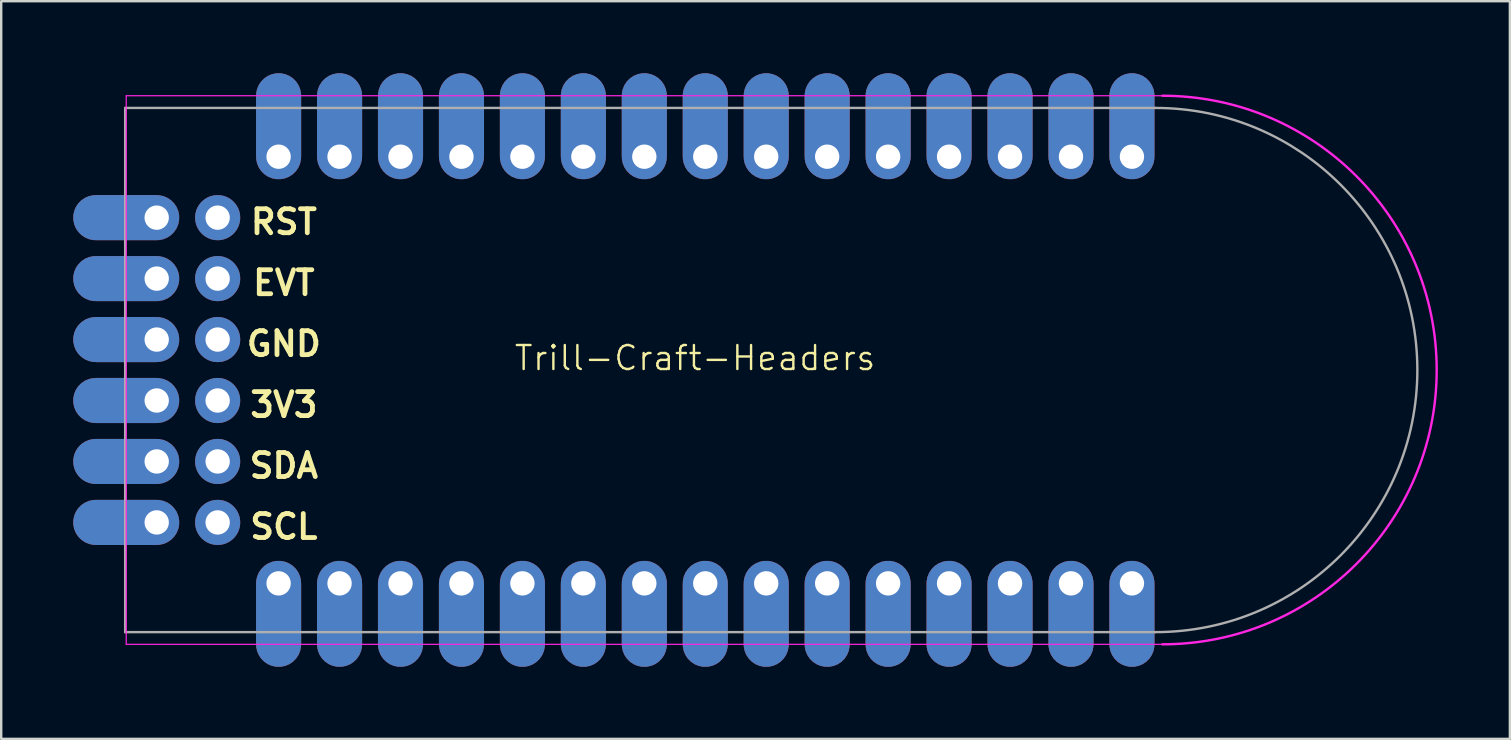
<source format=kicad_pcb>
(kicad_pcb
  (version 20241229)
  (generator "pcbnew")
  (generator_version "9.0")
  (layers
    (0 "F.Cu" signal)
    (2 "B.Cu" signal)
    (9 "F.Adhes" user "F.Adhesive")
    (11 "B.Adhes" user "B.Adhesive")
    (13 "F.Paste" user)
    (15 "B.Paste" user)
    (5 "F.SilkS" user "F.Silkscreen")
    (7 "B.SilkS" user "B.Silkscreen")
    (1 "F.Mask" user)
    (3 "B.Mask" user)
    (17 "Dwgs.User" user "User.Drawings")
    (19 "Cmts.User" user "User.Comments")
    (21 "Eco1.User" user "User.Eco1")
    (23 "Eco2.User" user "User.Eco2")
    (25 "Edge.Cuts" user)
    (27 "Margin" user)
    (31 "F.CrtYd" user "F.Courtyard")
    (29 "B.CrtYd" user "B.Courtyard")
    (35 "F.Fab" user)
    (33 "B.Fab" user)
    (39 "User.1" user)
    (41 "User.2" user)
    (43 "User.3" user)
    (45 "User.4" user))
  (footprint "Trill-Craft-Headers"
    (layer "F.Cu")
    (at 26.34 12.37)
    (property "Reference" "Trill-Craft-Headers" (at -0.425 -0.5 0) (unlocked yes) (layer "F.SilkS") (effects (font (size 1 1) (thickness 0.1))))
    (attr through_hole)
    (fp_line (start -24.13 -11.43) (end 19.05 -11.43) (stroke (width 0.05) (type default)) (layer "F.CrtYd"))
    (fp_line (start -24.13 11.43) (end -24.13 -11.43) (stroke (width 0.05) (type default)) (layer "F.CrtYd"))
    (fp_line (start 19.05 11.43) (end -24.13 11.43) (stroke (width 0.05) (type default)) (layer "F.CrtYd"))
    (fp_arc (start 19.05 -11.43) (mid 30.48 0) (end 19.05 11.43) (stroke (width 0.1) (type default)) (layer "F.CrtYd"))
    (fp_line (start -24.174 -10.922) (end 18.752 -10.922) (stroke (width 0.1) (type default)) (layer "F.Fab"))
    (fp_line (start -24.174 10.922) (end -24.174 -10.922) (stroke (width 0.1) (type default)) (layer "F.Fab"))
    (fp_line (start 18.752 10.922) (end -24.174 10.922) (stroke (width 0.1) (type default)) (layer "F.Fab"))
    (fp_arc (start 18.752 -10.922) (mid 29.674 0) (end 18.752 10.922) (stroke (width 0.1) (type default)) (layer "F.Fab"))
    (fp_text user "3V3" (at -19.074 2.032 0) (unlocked yes) (layer "F.SilkS") (effects (font (size 1 1) (thickness 0.2) (bold yes)) (justify left bottom)))
    (fp_text user "SCL" (at -19.074 7.112 0) (unlocked yes) (layer "F.SilkS") (effects (font (size 1 1) (thickness 0.2) (bold yes)) (justify left bottom)))
    (fp_text user "RST" (at -19.05 -5.588 0) (unlocked yes) (layer "F.SilkS") (effects (font (size 1 1) (thickness 0.2) (bold yes)) (justify left bottom)))
    (fp_text user "SDA" (at -19.098 4.572 0) (unlocked yes) (layer "F.SilkS") (effects (font (size 1 1) (thickness 0.2) (bold yes)) (justify left bottom)))
    (fp_text user "EVT" (at -18.955 -3.048 0) (unlocked yes) (layer "F.SilkS") (effects (font (size 1 1) (thickness 0.2) (bold yes)) (justify left bottom)))
    (fp_text user "GND" (at -19.217 -0.508 0) (unlocked yes) (layer "F.SilkS") (effects (font (size 1 1) (thickness 0.2) (bold yes)) (justify left bottom)))
    (pad "0" thru_hole custom (at -17.78 8.89 90) (size 1.88 1.88) (drill 1.016) (layers "*.Cu" "*.Mask") (options (anchor circle)) (primitives (gr_rect (start -2.54 -0.94) (end 0 0.94) (width 0) (fill yes)) (gr_circle (center -2.54 0) (end -1.6 0) (width 0) (fill yes))))
    (pad "1" thru_hole custom (at -15.24 8.89 90) (size 1.88 1.88) (drill 1.016) (layers "*.Cu" "*.Mask") (options (anchor circle)) (primitives (gr_rect (start -2.54 -0.94) (end 0 0.94) (width 0) (fill yes)) (gr_circle (center -2.54 0) (end -1.6 0) (width 0) (fill yes))))
    (pad "2" thru_hole custom (at -12.7 8.89 90) (size 1.88 1.88) (drill 1.016) (layers "*.Cu" "*.Mask") (options (anchor circle)) (primitives (gr_rect (start -2.54 -0.94) (end 0 0.94) (width 0) (fill yes)) (gr_circle (center -2.54 0) (end -1.6 0) (width 0) (fill yes))))
    (pad "3" thru_hole custom (at -10.16 8.89 90) (size 1.88 1.88) (drill 1.016) (layers "*.Cu" "*.Mask") (options (anchor circle)) (primitives (gr_rect (start -2.54 -0.94) (end 0 0.94) (width 0) (fill yes)) (gr_circle (center -2.54 0) (end -1.6 0) (width 0) (fill yes))))
    (pad "4" thru_hole custom (at -7.62 8.89 90) (size 1.88 1.88) (drill 1.016) (layers "*.Cu" "*.Mask") (options (anchor circle)) (primitives (gr_rect (start -2.54 -0.94) (end 0 0.94) (width 0) (fill yes)) (gr_circle (center -2.54 0) (end -1.6 0) (width 0) (fill yes))))
    (pad "5" thru_hole custom (at -5.08 8.89 90) (size 1.88 1.88) (drill 1.016) (layers "*.Cu" "*.Mask") (options (anchor circle)) (primitives (gr_rect (start -2.54 -0.94) (end 0 0.94) (width 0) (fill yes)) (gr_circle (center -2.54 0) (end -1.6 0) (width 0) (fill yes))))
    (pad "6" thru_hole custom (at -2.54 8.89 90) (size 1.88 1.88) (drill 1.016) (layers "*.Cu" "*.Mask") (options (anchor circle)) (primitives (gr_rect (start -2.54 -0.94) (end 0 0.94) (width 0) (fill yes)) (gr_circle (center -2.54 0) (end -1.6 0) (width 0) (fill yes))))
    (pad "7" thru_hole custom (at 0 8.89 90) (size 1.88 1.88) (drill 1.016) (layers "*.Cu" "*.Mask") (options (anchor circle)) (primitives (gr_rect (start -2.54 -0.94) (end 0 0.94) (width 0) (fill yes)) (gr_circle (center -2.54 0) (end -1.6 0) (width 0) (fill yes))))
    (pad "8" thru_hole custom (at 2.54 8.89 90) (size 1.88 1.88) (drill 1.016) (layers "*.Cu" "*.Mask") (options (anchor circle)) (primitives (gr_rect (start -2.54 -0.94) (end 0 0.94) (width 0) (fill yes)) (gr_circle (center -2.54 0) (end -1.6 0) (width 0) (fill yes))))
    (pad "9" thru_hole custom (at 5.08 8.89 90) (size 1.88 1.88) (drill 1.016) (layers "*.Cu" "*.Mask") (options (anchor circle)) (primitives (gr_rect (start -2.54 -0.94) (end 0 0.94) (width 0) (fill yes)) (gr_circle (center -2.54 0) (end -1.6 0) (width 0) (fill yes))))
    (pad "10" thru_hole custom (at 7.62 8.89 90) (size 1.88 1.88) (drill 1.016) (layers "*.Cu" "*.Mask") (options (anchor circle)) (primitives (gr_rect (start -2.54 -0.94) (end 0 0.94) (width 0) (fill yes)) (gr_circle (center -2.54 0) (end -1.6 0) (width 0) (fill yes))))
    (pad "11" thru_hole custom (at 10.16 8.89 90) (size 1.88 1.88) (drill 1.016) (layers "*.Cu" "*.Mask") (options (anchor circle)) (primitives (gr_rect (start -2.54 -0.94) (end 0 0.94) (width 0) (fill yes)) (gr_circle (center -2.54 0) (end -1.6 0) (width 0) (fill yes))))
    (pad "12" thru_hole custom (at 12.7 8.89 90) (size 1.88 1.88) (drill 1.016) (layers "*.Cu" "*.Mask") (options (anchor circle)) (primitives (gr_rect (start -2.54 -0.94) (end 0 0.94) (width 0) (fill yes)) (gr_circle (center -2.54 0) (end -1.6 0) (width 0) (fill yes))))
    (pad "13" thru_hole custom (at 15.24 8.89 90) (size 1.88 1.88) (drill 1.016) (layers "*.Cu" "*.Mask") (options (anchor circle)) (primitives (gr_rect (start -2.54 -0.94) (end 0 0.94) (width 0) (fill yes)) (gr_circle (center -2.54 0) (end -1.6 0) (width 0) (fill yes))))
    (pad "14" thru_hole custom (at 17.78 8.89 90) (size 1.88 1.88) (drill 1.016) (layers "*.Cu" "*.Mask") (options (anchor circle)) (primitives (gr_rect (start -2.54 -0.94) (end 0 0.94) (width 0) (fill yes)) (gr_circle (center -2.54 0) (end -1.6 0) (width 0) (fill yes))))
    (pad "15" thru_hole custom (at 17.78 -8.89 270) (size 1.88 1.88) (drill 1.016) (layers "*.Cu" "*.Mask") (options (anchor circle)) (primitives (gr_rect (start -2.54 -0.94) (end 0 0.94) (width 0) (fill yes)) (gr_circle (center -2.54 0) (end -1.6 0) (width 0) (fill yes))))
    (pad "16" thru_hole custom (at 15.24 -8.89 270) (size 1.88 1.88) (drill 1.016) (layers "*.Cu" "*.Mask") (options (anchor circle)) (primitives (gr_rect (start -2.54 -0.94) (end 0 0.94) (width 0) (fill yes)) (gr_circle (center -2.54 0) (end -1.6 0) (width 0) (fill yes))))
    (pad "17" thru_hole custom (at 12.7 -8.89 270) (size 1.88 1.88) (drill 1.016) (layers "*.Cu" "*.Mask") (options (anchor circle)) (primitives (gr_rect (start -2.54 -0.94) (end 0 0.94) (width 0) (fill yes)) (gr_circle (center -2.54 0) (end -1.6 0) (width 0) (fill yes))))
    (pad "18" thru_hole custom (at 10.16 -8.89 270) (size 1.88 1.88) (drill 1.016) (layers "*.Cu" "*.Mask") (options (anchor circle)) (primitives (gr_rect (start -2.54 -0.94) (end 0 0.94) (width 0) (fill yes)) (gr_circle (center -2.54 0) (end -1.6 0) (width 0) (fill yes))))
    (pad "19" thru_hole custom (at 7.62 -8.89 270) (size 1.88 1.88) (drill 1.016) (layers "*.Cu" "*.Mask") (options (anchor circle)) (primitives (gr_rect (start -2.54 -0.94) (end 0 0.94) (width 0) (fill yes)) (gr_circle (center -2.54 0) (end -1.6 0) (width 0) (fill yes))))
    (pad "20" thru_hole custom (at 5.08 -8.89 270) (size 1.88 1.88) (drill 1.016) (layers "*.Cu" "*.Mask") (options (anchor circle)) (primitives (gr_rect (start -2.54 -0.94) (end 0 0.94) (width 0) (fill yes)) (gr_circle (center -2.54 0) (end -1.6 0) (width 0) (fill yes))))
    (pad "21" thru_hole custom (at 2.54 -8.89 270) (size 1.88 1.88) (drill 1.016) (layers "*.Cu" "*.Mask") (options (anchor circle)) (primitives (gr_rect (start -2.54 -0.94) (end 0 0.94) (width 0) (fill yes)) (gr_circle (center -2.54 0) (end -1.6 0) (width 0) (fill yes))))
    (pad "22" thru_hole custom (at 0 -8.89 270) (size 1.88 1.88) (drill 1.016) (layers "*.Cu" "*.Mask") (options (anchor circle)) (primitives (gr_rect (start -2.54 -0.94) (end 0 0.94) (width 0) (fill yes)) (gr_circle (center -2.54 0) (end -1.6 0) (width 0) (fill yes))))
    (pad "23" thru_hole custom (at -2.54 -8.89 270) (size 1.88 1.88) (drill 1.016) (layers "*.Cu" "*.Mask") (options (anchor circle)) (primitives (gr_rect (start -2.54 -0.94) (end 0 0.94) (width 0) (fill yes)) (gr_circle (center -2.54 0) (end -1.6 0) (width 0) (fill yes))))
    (pad "24" thru_hole custom (at -5.08 -8.89 270) (size 1.88 1.88) (drill 1.016) (layers "*.Cu" "*.Mask") (options (anchor circle)) (primitives (gr_rect (start -2.54 -0.94) (end 0 0.94) (width 0) (fill yes)) (gr_circle (center -2.54 0) (end -1.6 0) (width 0) (fill yes))))
    (pad "25" thru_hole custom (at -7.62 -8.89 270) (size 1.88 1.88) (drill 1.016) (layers "*.Cu" "*.Mask") (options (anchor circle)) (primitives (gr_rect (start -2.54 -0.94) (end 0 0.94) (width 0) (fill yes)) (gr_circle (center -2.54 0) (end -1.6 0) (width 0) (fill yes))))
    (pad "26" thru_hole custom (at -10.16 -8.89 270) (size 1.88 1.88) (drill 1.016) (layers "*.Cu" "*.Mask") (options (anchor circle)) (primitives (gr_rect (start -2.54 -0.94) (end 0 0.94) (width 0) (fill yes)) (gr_circle (center -2.54 0) (end -1.6 0) (width 0) (fill yes))))
    (pad "27" thru_hole custom (at -12.7 -8.89 270) (size 1.88 1.88) (drill 1.016) (layers "*.Cu" "*.Mask") (options (anchor circle)) (primitives (gr_rect (start -2.54 -0.94) (end 0 0.94) (width 0) (fill yes)) (gr_circle (center -2.54 0) (end -1.6 0) (width 0) (fill yes))))
    (pad "28" thru_hole custom (at -15.24 -8.89 270) (size 1.88 1.88) (drill 1.016) (layers "*.Cu" "*.Mask") (options (anchor circle)) (primitives (gr_rect (start -2.54 -0.94) (end 0 0.94) (width 0) (fill yes)) (gr_circle (center -2.54 0) (end -1.6 0) (width 0) (fill yes))))
    (pad "29" thru_hole custom (at -17.78 -8.89 270) (size 1.88 1.88) (drill 1.016) (layers "*.Cu" "*.Mask") (options (anchor circle)) (primitives (gr_rect (start -2.54 -0.94) (end 0 0.94) (width 0) (fill yes)) (gr_circle (center -2.54 0) (end -1.6 0) (width 0) (fill yes))))
    (pad "30" thru_hole custom (at -22.86 -6.35) (size 1.88 1.88) (drill 1.016) (layers "*.Cu" "*.Mask") (options (anchor circle)) (primitives (gr_rect (start -2.54 -0.94) (end 0 0.94) (width 0) (fill yes)) (gr_circle (center -2.54 0) (end -1.6 0) (width 0) (fill yes))))
    (pad "30" thru_hole circle (at -20.32 -6.35) (size 1.88 1.88) (drill 1.016) (layers "*.Cu" "*.Mask"))
    (pad "31" thru_hole custom (at -22.86 -3.81) (size 1.88 1.88) (drill 1.016) (layers "*.Cu" "*.Mask") (options (anchor circle)) (primitives (gr_rect (start -2.54 -0.94) (end 0 0.94) (width 0) (fill yes)) (gr_circle (center -2.54 0) (end -1.6 0) (width 0) (fill yes))))
    (pad "31" thru_hole circle (at -20.32 -3.81) (size 1.88 1.88) (drill 1.016) (layers "*.Cu" "*.Mask"))
    (pad "32" thru_hole custom (at -22.86 -1.27) (size 1.88 1.88) (drill 1.016) (layers "*.Cu" "*.Mask") (options (anchor circle)) (primitives (gr_rect (start -2.54 -0.94) (end 0 0.94) (width 0) (fill yes)) (gr_circle (center -2.54 0) (end -1.6 0) (width 0) (fill yes))))
    (pad "32" thru_hole circle (at -20.32 -1.27) (size 1.88 1.88) (drill 1.016) (layers "*.Cu" "*.Mask"))
    (pad "33" thru_hole custom (at -22.86 1.27) (size 1.88 1.88) (drill 1.016) (layers "*.Cu" "*.Mask") (options (anchor circle)) (primitives (gr_rect (start -2.54 -0.94) (end 0 0.94) (width 0) (fill yes)) (gr_circle (center -2.54 0) (end -1.6 0) (width 0) (fill yes))))
    (pad "33" thru_hole circle (at -20.32 1.27) (size 1.88 1.88) (drill 1.016) (layers "*.Cu" "*.Mask"))
    (pad "34" thru_hole custom (at -22.86 3.81) (size 1.88 1.88) (drill 1.016) (layers "*.Cu" "*.Mask") (options (anchor circle)) (primitives (gr_rect (start -2.54 -0.94) (end 0 0.94) (width 0) (fill yes)) (gr_circle (center -2.54 0) (end -1.6 0) (width 0) (fill yes))))
    (pad "34" thru_hole circle (at -20.32 3.81) (size 1.88 1.88) (drill 1.016) (layers "*.Cu" "*.Mask"))
    (pad "35" thru_hole custom (at -22.86 6.35) (size 1.88 1.88) (drill 1.016) (layers "*.Cu" "*.Mask") (options (anchor circle)) (primitives (gr_rect (start -2.54 -0.94) (end 0 0.94) (width 0) (fill yes)) (gr_circle (center -2.54 0) (end -1.6 0) (width 0) (fill yes))))
    (pad "35" thru_hole circle (at -20.32 6.35) (size 1.88 1.88) (drill 1.016) (layers "*.Cu" "*.Mask")))
  (gr_rect
    (start -3 -3)
    (end 59.87 27.74)
    (stroke (width 0.1) (type default))
    (fill no)
    (layer "Edge.Cuts")))
</source>
